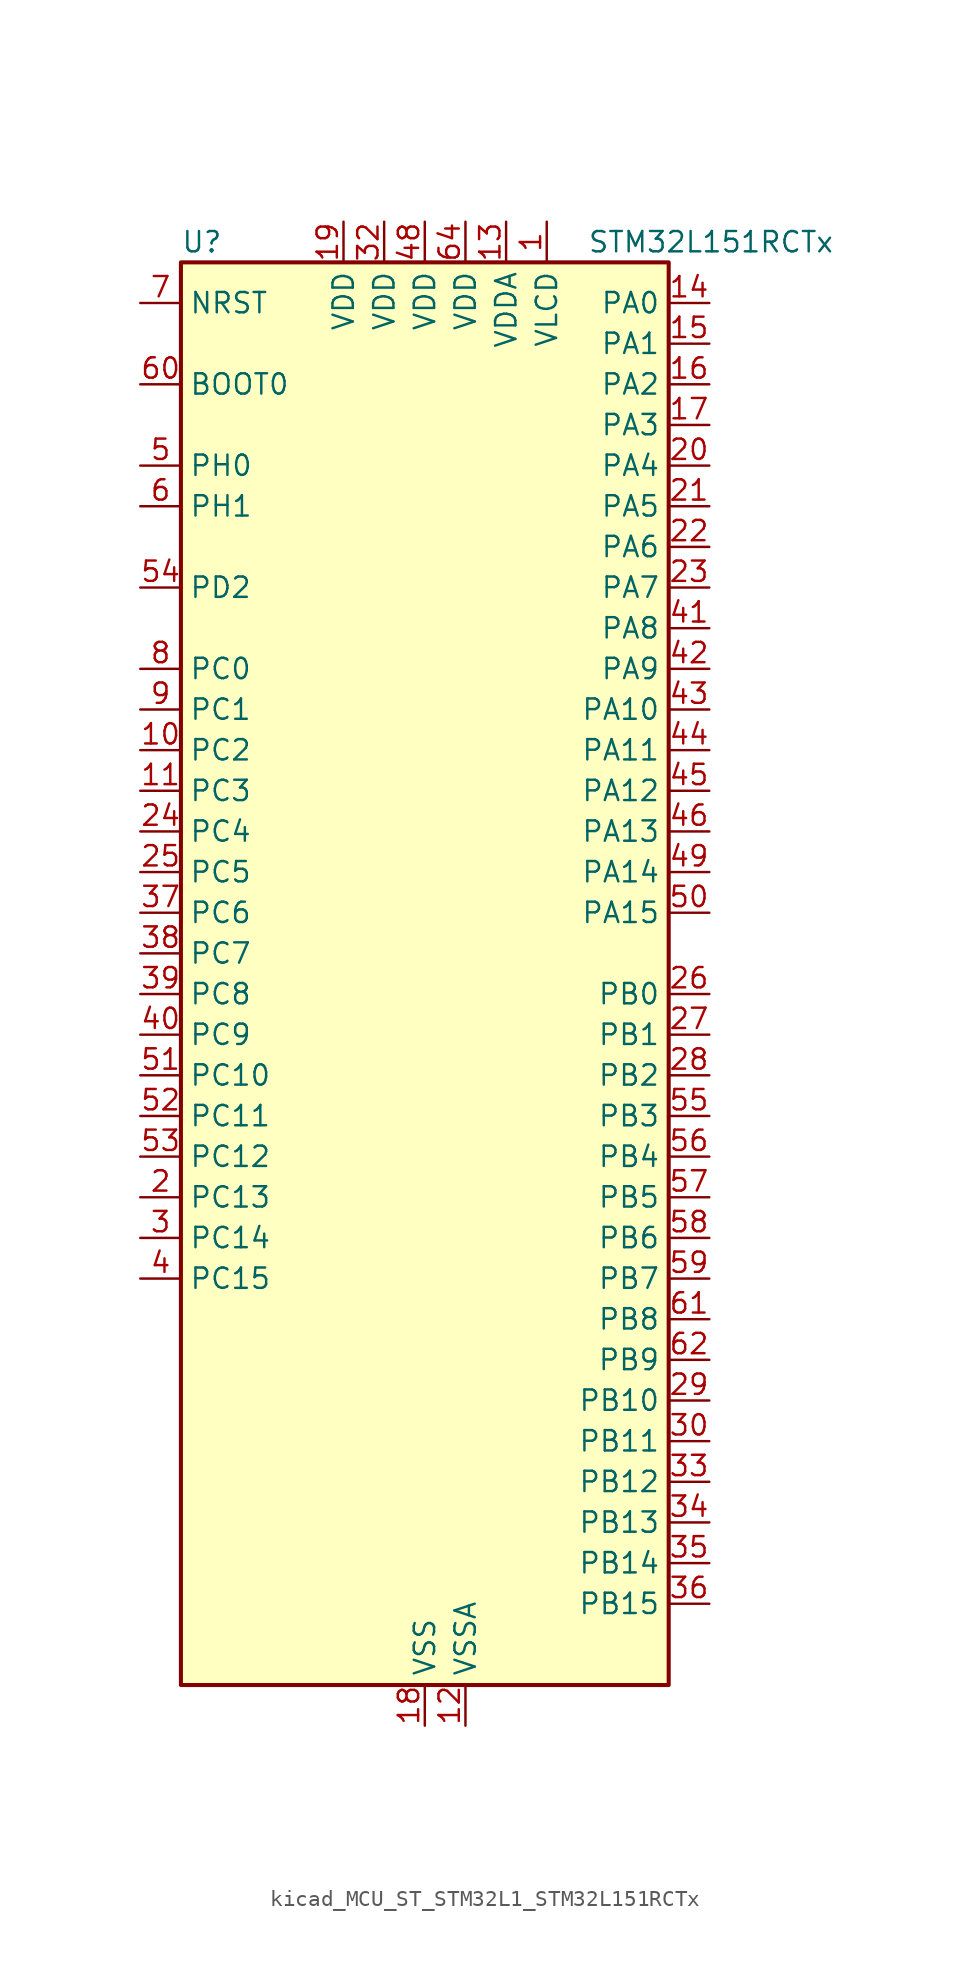
<source format=kicad_sym>
(kicad_symbol_lib
  (version 20220914)
  (generator kicad_symbol_editor)
  (symbol "kicad_MCU_ST_STM32L1_STM32L151RCTx"
    (property "Reference" "U"
      (at -15.24 46.99 0)
      (effects (font (size 1.27 1.27)) (justify left)))
    (property "Value" "STM32L151RCTx"
      (at 10.16 46.99 0)
      (effects (font (size 1.27 1.27)) (justify left)))
    (property "ki_locked" ""
      (at 0 0 0)
      (effects (font (size 1.27 1.27))))
    (symbol "kicad_MCU_ST_STM32L1_STM32L151RCTx_0_1"
      (rectangle (start -15.24 -43.18) (end 15.24 45.72) (stroke (width 0.254) (type default)) (fill (type background))))
    (symbol "kicad_MCU_ST_STM32L1_STM32L151RCTx_1_1"
      (pin power_in line (at 7.62 48.26 270) (length 2.54) (name "VLCD" (effects (font (size 1.27 1.27)))) (number "1" (effects (font (size 1.27 1.27)))))
      (pin bidirectional line (at -17.78 15.24 0) (length 2.54) (name "PC2" (effects (font (size 1.27 1.27)))) (number "10" (effects (font (size 1.27 1.27)))) (alternate "ADC_IN12" bidirectional line) (alternate "COMP1_INP" bidirectional line) (alternate "TIMX_IC3" bidirectional line) (alternate "TS_G8_IO3" bidirectional line))
      (pin bidirectional line (at -17.78 12.7 0) (length 2.54) (name "PC3" (effects (font (size 1.27 1.27)))) (number "11" (effects (font (size 1.27 1.27)))) (alternate "ADC_IN13" bidirectional line) (alternate "COMP1_INP" bidirectional line) (alternate "TIMX_IC4" bidirectional line) (alternate "TS_G8_IO4" bidirectional line))
      (pin power_in line (at 2.54 -45.72 90) (length 2.54) (name "VSSA" (effects (font (size 1.27 1.27)))) (number "12" (effects (font (size 1.27 1.27)))))
      (pin power_in line (at 5.08 48.26 270) (length 2.54) (name "VDDA" (effects (font (size 1.27 1.27)))) (number "13" (effects (font (size 1.27 1.27)))))
      (pin bidirectional line (at 17.78 43.18 180) (length 2.54) (name "PA0" (effects (font (size 1.27 1.27)))) (number "14" (effects (font (size 1.27 1.27)))) (alternate "ADC_IN0" bidirectional line) (alternate "COMP1_INP" bidirectional line) (alternate "RTC_TAMP2" bidirectional line) (alternate "SYS_WKUP1" bidirectional line) (alternate "TIM2_CH1" bidirectional line) (alternate "TIM2_ETR" bidirectional line) (alternate "TIM5_CH1" bidirectional line) (alternate "TIMX_IC1" bidirectional line) (alternate "TS_G1_IO1" bidirectional line) (alternate "USART2_CTS" bidirectional line))
      (pin bidirectional line (at 17.78 40.64 180) (length 2.54) (name "PA1" (effects (font (size 1.27 1.27)))) (number "15" (effects (font (size 1.27 1.27)))) (alternate "ADC_IN1" bidirectional line) (alternate "COMP1_INP" bidirectional line) (alternate "OPAMP1_VINP" bidirectional line) (alternate "TIM2_CH2" bidirectional line) (alternate "TIM5_CH2" bidirectional line) (alternate "TIMX_IC2" bidirectional line) (alternate "TS_G1_IO2" bidirectional line) (alternate "USART2_RTS" bidirectional line))
      (pin bidirectional line (at 17.78 38.1 180) (length 2.54) (name "PA2" (effects (font (size 1.27 1.27)))) (number "16" (effects (font (size 1.27 1.27)))) (alternate "ADC_IN2" bidirectional line) (alternate "COMP1_INP" bidirectional line) (alternate "OPAMP1_VINM" bidirectional line) (alternate "TIM2_CH3" bidirectional line) (alternate "TIM5_CH3" bidirectional line) (alternate "TIM9_CH1" bidirectional line) (alternate "TIMX_IC3" bidirectional line) (alternate "TS_G1_IO3" bidirectional line) (alternate "USART2_TX" bidirectional line))
      (pin bidirectional line (at 17.78 35.56 180) (length 2.54) (name "PA3" (effects (font (size 1.27 1.27)))) (number "17" (effects (font (size 1.27 1.27)))) (alternate "ADC_IN3" bidirectional line) (alternate "COMP1_INP" bidirectional line) (alternate "OPAMP1_VOUT" bidirectional line) (alternate "TIM2_CH4" bidirectional line) (alternate "TIM5_CH4" bidirectional line) (alternate "TIM9_CH2" bidirectional line) (alternate "TIMX_IC4" bidirectional line) (alternate "TS_G1_IO4" bidirectional line) (alternate "USART2_RX" bidirectional line))
      (pin power_in line (at 0 -45.72 90) (length 2.54) (name "VSS" (effects (font (size 1.27 1.27)))) (number "18" (effects (font (size 1.27 1.27)))))
      (pin power_in line (at -5.08 48.26 270) (length 2.54) (name "VDD" (effects (font (size 1.27 1.27)))) (number "19" (effects (font (size 1.27 1.27)))))
      (pin bidirectional line (at -17.78 -12.7 0) (length 2.54) (name "PC13" (effects (font (size 1.27 1.27)))) (number "2" (effects (font (size 1.27 1.27)))) (alternate "RTC_OUT_ALARM" bidirectional line) (alternate "RTC_OUT_CALIB" bidirectional line) (alternate "RTC_TAMP1" bidirectional line) (alternate "RTC_TS" bidirectional line) (alternate "SYS_WKUP2" bidirectional line) (alternate "TIMX_IC2" bidirectional line))
      (pin bidirectional line (at 17.78 33.02 180) (length 2.54) (name "PA4" (effects (font (size 1.27 1.27)))) (number "20" (effects (font (size 1.27 1.27)))) (alternate "ADC_IN4" bidirectional line) (alternate "COMP1_INP" bidirectional line) (alternate "DAC_OUT1" bidirectional line) (alternate "I2S3_WS" bidirectional line) (alternate "SPI1_NSS" bidirectional line) (alternate "SPI3_NSS" bidirectional line) (alternate "TIMX_IC1" bidirectional line) (alternate "USART2_CK" bidirectional line))
      (pin bidirectional line (at 17.78 30.48 180) (length 2.54) (name "PA5" (effects (font (size 1.27 1.27)))) (number "21" (effects (font (size 1.27 1.27)))) (alternate "ADC_IN5" bidirectional line) (alternate "COMP1_INP" bidirectional line) (alternate "DAC_OUT2" bidirectional line) (alternate "SPI1_SCK" bidirectional line) (alternate "TIM2_CH1" bidirectional line) (alternate "TIM2_ETR" bidirectional line) (alternate "TIMX_IC2" bidirectional line))
      (pin bidirectional line (at 17.78 27.94 180) (length 2.54) (name "PA6" (effects (font (size 1.27 1.27)))) (number "22" (effects (font (size 1.27 1.27)))) (alternate "ADC_IN6" bidirectional line) (alternate "COMP1_INP" bidirectional line) (alternate "OPAMP2_VINP" bidirectional line) (alternate "SPI1_MISO" bidirectional line) (alternate "TIM10_CH1" bidirectional line) (alternate "TIM3_CH1" bidirectional line) (alternate "TIMX_IC3" bidirectional line) (alternate "TS_G2_IO1" bidirectional line))
      (pin bidirectional line (at 17.78 25.4 180) (length 2.54) (name "PA7" (effects (font (size 1.27 1.27)))) (number "23" (effects (font (size 1.27 1.27)))) (alternate "ADC_IN7" bidirectional line) (alternate "COMP1_INP" bidirectional line) (alternate "OPAMP2_VINM" bidirectional line) (alternate "SPI1_MOSI" bidirectional line) (alternate "TIM11_CH1" bidirectional line) (alternate "TIM3_CH2" bidirectional line) (alternate "TIMX_IC4" bidirectional line) (alternate "TS_G2_IO2" bidirectional line))
      (pin bidirectional line (at -17.78 10.16 0) (length 2.54) (name "PC4" (effects (font (size 1.27 1.27)))) (number "24" (effects (font (size 1.27 1.27)))) (alternate "ADC_IN14" bidirectional line) (alternate "COMP1_INP" bidirectional line) (alternate "TIMX_IC1" bidirectional line) (alternate "TS_G9_IO1" bidirectional line))
      (pin bidirectional line (at -17.78 7.62 0) (length 2.54) (name "PC5" (effects (font (size 1.27 1.27)))) (number "25" (effects (font (size 1.27 1.27)))) (alternate "ADC_IN15" bidirectional line) (alternate "COMP1_INP" bidirectional line) (alternate "TIMX_IC2" bidirectional line) (alternate "TS_G9_IO2" bidirectional line))
      (pin bidirectional line (at 17.78 0 180) (length 2.54) (name "PB0" (effects (font (size 1.27 1.27)))) (number "26" (effects (font (size 1.27 1.27)))) (alternate "ADC_IN8" bidirectional line) (alternate "COMP1_INP" bidirectional line) (alternate "OPAMP2_VOUT" bidirectional line) (alternate "SYS_V_REF_OUT" bidirectional line) (alternate "TIM3_CH3" bidirectional line) (alternate "TS_G3_IO1" bidirectional line))
      (pin bidirectional line (at 17.78 -2.54 180) (length 2.54) (name "PB1" (effects (font (size 1.27 1.27)))) (number "27" (effects (font (size 1.27 1.27)))) (alternate "ADC_IN9" bidirectional line) (alternate "COMP1_INP" bidirectional line) (alternate "SYS_V_REF_OUT" bidirectional line) (alternate "TIM3_CH4" bidirectional line) (alternate "TS_G3_IO2" bidirectional line))
      (pin bidirectional line (at 17.78 -5.08 180) (length 2.54) (name "PB2" (effects (font (size 1.27 1.27)))) (number "28" (effects (font (size 1.27 1.27)))) (alternate "TS_G3_IO3" bidirectional line))
      (pin bidirectional line (at 17.78 -25.4 180) (length 2.54) (name "PB10" (effects (font (size 1.27 1.27)))) (number "29" (effects (font (size 1.27 1.27)))) (alternate "I2C2_SCL" bidirectional line) (alternate "TIM2_CH3" bidirectional line) (alternate "USART3_TX" bidirectional line))
      (pin bidirectional line (at -17.78 -15.24 0) (length 2.54) (name "PC14" (effects (font (size 1.27 1.27)))) (number "3" (effects (font (size 1.27 1.27)))) (alternate "RCC_OSC32_IN" bidirectional line) (alternate "TIMX_IC3" bidirectional line))
      (pin bidirectional line (at 17.78 -27.94 180) (length 2.54) (name "PB11" (effects (font (size 1.27 1.27)))) (number "30" (effects (font (size 1.27 1.27)))) (alternate "ADC_EXTI11" bidirectional line) (alternate "I2C2_SDA" bidirectional line) (alternate "TIM2_CH4" bidirectional line) (alternate "USART3_RX" bidirectional line))
      (pin passive line (at 0 -45.72 90) (length 2.54) hide (name "VSS" (effects (font (size 1.27 1.27)))) (number "31" (effects (font (size 1.27 1.27)))))
      (pin power_in line (at -2.54 48.26 270) (length 2.54) (name "VDD" (effects (font (size 1.27 1.27)))) (number "32" (effects (font (size 1.27 1.27)))))
      (pin bidirectional line (at 17.78 -30.48 180) (length 2.54) (name "PB12" (effects (font (size 1.27 1.27)))) (number "33" (effects (font (size 1.27 1.27)))) (alternate "ADC_IN18" bidirectional line) (alternate "COMP1_INP" bidirectional line) (alternate "I2C2_SMBA" bidirectional line) (alternate "I2S2_WS" bidirectional line) (alternate "SPI2_NSS" bidirectional line) (alternate "TIM10_CH1" bidirectional line) (alternate "TS_G7_IO1" bidirectional line) (alternate "USART3_CK" bidirectional line))
      (pin bidirectional line (at 17.78 -33.02 180) (length 2.54) (name "PB13" (effects (font (size 1.27 1.27)))) (number "34" (effects (font (size 1.27 1.27)))) (alternate "ADC_IN19" bidirectional line) (alternate "COMP1_INP" bidirectional line) (alternate "I2S2_CK" bidirectional line) (alternate "SPI2_SCK" bidirectional line) (alternate "TIM9_CH1" bidirectional line) (alternate "TS_G7_IO2" bidirectional line) (alternate "USART3_CTS" bidirectional line))
      (pin bidirectional line (at 17.78 -35.56 180) (length 2.54) (name "PB14" (effects (font (size 1.27 1.27)))) (number "35" (effects (font (size 1.27 1.27)))) (alternate "ADC_IN20" bidirectional line) (alternate "COMP1_INP" bidirectional line) (alternate "SPI2_MISO" bidirectional line) (alternate "TIM9_CH2" bidirectional line) (alternate "TS_G7_IO3" bidirectional line) (alternate "USART3_RTS" bidirectional line))
      (pin bidirectional line (at 17.78 -38.1 180) (length 2.54) (name "PB15" (effects (font (size 1.27 1.27)))) (number "36" (effects (font (size 1.27 1.27)))) (alternate "ADC_EXTI15" bidirectional line) (alternate "ADC_IN21" bidirectional line) (alternate "COMP1_INP" bidirectional line) (alternate "I2S2_SD" bidirectional line) (alternate "RTC_REFIN" bidirectional line) (alternate "SPI2_MOSI" bidirectional line) (alternate "TIM11_CH1" bidirectional line) (alternate "TS_G7_IO4" bidirectional line))
      (pin bidirectional line (at -17.78 5.08 0) (length 2.54) (name "PC6" (effects (font (size 1.27 1.27)))) (number "37" (effects (font (size 1.27 1.27)))) (alternate "I2S2_MCK" bidirectional line) (alternate "TIM3_CH1" bidirectional line) (alternate "TIMX_IC3" bidirectional line) (alternate "TS_G10_IO1" bidirectional line))
      (pin bidirectional line (at -17.78 2.54 0) (length 2.54) (name "PC7" (effects (font (size 1.27 1.27)))) (number "38" (effects (font (size 1.27 1.27)))) (alternate "I2S3_MCK" bidirectional line) (alternate "TIM3_CH2" bidirectional line) (alternate "TIMX_IC4" bidirectional line) (alternate "TS_G10_IO2" bidirectional line))
      (pin bidirectional line (at -17.78 0 0) (length 2.54) (name "PC8" (effects (font (size 1.27 1.27)))) (number "39" (effects (font (size 1.27 1.27)))) (alternate "TIM3_CH3" bidirectional line) (alternate "TIMX_IC1" bidirectional line) (alternate "TS_G10_IO3" bidirectional line))
      (pin bidirectional line (at -17.78 -17.78 0) (length 2.54) (name "PC15" (effects (font (size 1.27 1.27)))) (number "4" (effects (font (size 1.27 1.27)))) (alternate "ADC_EXTI15" bidirectional line) (alternate "RCC_OSC32_OUT" bidirectional line) (alternate "TIMX_IC4" bidirectional line))
      (pin bidirectional line (at -17.78 -2.54 0) (length 2.54) (name "PC9" (effects (font (size 1.27 1.27)))) (number "40" (effects (font (size 1.27 1.27)))) (alternate "DAC_EXTI9" bidirectional line) (alternate "TIM3_CH4" bidirectional line) (alternate "TIMX_IC2" bidirectional line) (alternate "TS_G10_IO4" bidirectional line))
      (pin bidirectional line (at 17.78 22.86 180) (length 2.54) (name "PA8" (effects (font (size 1.27 1.27)))) (number "41" (effects (font (size 1.27 1.27)))) (alternate "RCC_MCO" bidirectional line) (alternate "TIMX_IC1" bidirectional line) (alternate "TS_G4_IO1" bidirectional line) (alternate "USART1_CK" bidirectional line))
      (pin bidirectional line (at 17.78 20.32 180) (length 2.54) (name "PA9" (effects (font (size 1.27 1.27)))) (number "42" (effects (font (size 1.27 1.27)))) (alternate "DAC_EXTI9" bidirectional line) (alternate "TIMX_IC2" bidirectional line) (alternate "TS_G4_IO2" bidirectional line) (alternate "USART1_TX" bidirectional line))
      (pin bidirectional line (at 17.78 17.78 180) (length 2.54) (name "PA10" (effects (font (size 1.27 1.27)))) (number "43" (effects (font (size 1.27 1.27)))) (alternate "TIMX_IC3" bidirectional line) (alternate "TS_G4_IO3" bidirectional line) (alternate "USART1_RX" bidirectional line))
      (pin bidirectional line (at 17.78 15.24 180) (length 2.54) (name "PA11" (effects (font (size 1.27 1.27)))) (number "44" (effects (font (size 1.27 1.27)))) (alternate "ADC_EXTI11" bidirectional line) (alternate "SPI1_MISO" bidirectional line) (alternate "TIMX_IC4" bidirectional line) (alternate "USART1_CTS" bidirectional line) (alternate "USB_DM" bidirectional line))
      (pin bidirectional line (at 17.78 12.7 180) (length 2.54) (name "PA12" (effects (font (size 1.27 1.27)))) (number "45" (effects (font (size 1.27 1.27)))) (alternate "SPI1_MOSI" bidirectional line) (alternate "TIMX_IC1" bidirectional line) (alternate "USART1_RTS" bidirectional line) (alternate "USB_DP" bidirectional line))
      (pin bidirectional line (at 17.78 10.16 180) (length 2.54) (name "PA13" (effects (font (size 1.27 1.27)))) (number "46" (effects (font (size 1.27 1.27)))) (alternate "SYS_JTMS-SWDIO" bidirectional line) (alternate "TIMX_IC2" bidirectional line) (alternate "TS_G5_IO1" bidirectional line))
      (pin passive line (at 0 -45.72 90) (length 2.54) hide (name "VSS" (effects (font (size 1.27 1.27)))) (number "47" (effects (font (size 1.27 1.27)))))
      (pin power_in line (at 0 48.26 270) (length 2.54) (name "VDD" (effects (font (size 1.27 1.27)))) (number "48" (effects (font (size 1.27 1.27)))))
      (pin bidirectional line (at 17.78 7.62 180) (length 2.54) (name "PA14" (effects (font (size 1.27 1.27)))) (number "49" (effects (font (size 1.27 1.27)))) (alternate "SYS_JTCK-SWCLK" bidirectional line) (alternate "TIMX_IC3" bidirectional line) (alternate "TS_G5_IO2" bidirectional line))
      (pin bidirectional line (at -17.78 33.02 0) (length 2.54) (name "PH0" (effects (font (size 1.27 1.27)))) (number "5" (effects (font (size 1.27 1.27)))) (alternate "RCC_OSC_IN" bidirectional line))
      (pin bidirectional line (at 17.78 5.08 180) (length 2.54) (name "PA15" (effects (font (size 1.27 1.27)))) (number "50" (effects (font (size 1.27 1.27)))) (alternate "ADC_EXTI15" bidirectional line) (alternate "I2S3_WS" bidirectional line) (alternate "SPI1_NSS" bidirectional line) (alternate "SPI3_NSS" bidirectional line) (alternate "SYS_JTDI" bidirectional line) (alternate "TIM2_CH1" bidirectional line) (alternate "TIM2_ETR" bidirectional line) (alternate "TIMX_IC4" bidirectional line) (alternate "TS_G5_IO3" bidirectional line))
      (pin bidirectional line (at -17.78 -5.08 0) (length 2.54) (name "PC10" (effects (font (size 1.27 1.27)))) (number "51" (effects (font (size 1.27 1.27)))) (alternate "I2S3_CK" bidirectional line) (alternate "SPI3_SCK" bidirectional line) (alternate "TIMX_IC3" bidirectional line) (alternate "USART3_TX" bidirectional line))
      (pin bidirectional line (at -17.78 -7.62 0) (length 2.54) (name "PC11" (effects (font (size 1.27 1.27)))) (number "52" (effects (font (size 1.27 1.27)))) (alternate "ADC_EXTI11" bidirectional line) (alternate "SPI3_MISO" bidirectional line) (alternate "TIMX_IC4" bidirectional line) (alternate "USART3_RX" bidirectional line))
      (pin bidirectional line (at -17.78 -10.16 0) (length 2.54) (name "PC12" (effects (font (size 1.27 1.27)))) (number "53" (effects (font (size 1.27 1.27)))) (alternate "I2S3_SD" bidirectional line) (alternate "SPI3_MOSI" bidirectional line) (alternate "TIMX_IC1" bidirectional line) (alternate "USART3_CK" bidirectional line))
      (pin bidirectional line (at -17.78 25.4 0) (length 2.54) (name "PD2" (effects (font (size 1.27 1.27)))) (number "54" (effects (font (size 1.27 1.27)))) (alternate "TIM3_ETR" bidirectional line) (alternate "TIMX_IC3" bidirectional line))
      (pin bidirectional line (at 17.78 -7.62 180) (length 2.54) (name "PB3" (effects (font (size 1.27 1.27)))) (number "55" (effects (font (size 1.27 1.27)))) (alternate "COMP2_INM" bidirectional line) (alternate "I2S3_CK" bidirectional line) (alternate "SPI1_SCK" bidirectional line) (alternate "SPI3_SCK" bidirectional line) (alternate "SYS_JTDO-TRACESWO" bidirectional line) (alternate "TIM2_CH2" bidirectional line))
      (pin bidirectional line (at 17.78 -10.16 180) (length 2.54) (name "PB4" (effects (font (size 1.27 1.27)))) (number "56" (effects (font (size 1.27 1.27)))) (alternate "COMP2_INP" bidirectional line) (alternate "SPI1_MISO" bidirectional line) (alternate "SPI3_MISO" bidirectional line) (alternate "SYS_JTRST" bidirectional line) (alternate "TIM3_CH1" bidirectional line) (alternate "TS_G6_IO1" bidirectional line))
      (pin bidirectional line (at 17.78 -12.7 180) (length 2.54) (name "PB5" (effects (font (size 1.27 1.27)))) (number "57" (effects (font (size 1.27 1.27)))) (alternate "COMP2_INP" bidirectional line) (alternate "I2C1_SMBA" bidirectional line) (alternate "I2S3_SD" bidirectional line) (alternate "SPI1_MOSI" bidirectional line) (alternate "SPI3_MOSI" bidirectional line) (alternate "TIM3_CH2" bidirectional line) (alternate "TS_G6_IO2" bidirectional line))
      (pin bidirectional line (at 17.78 -15.24 180) (length 2.54) (name "PB6" (effects (font (size 1.27 1.27)))) (number "58" (effects (font (size 1.27 1.27)))) (alternate "COMP2_INP" bidirectional line) (alternate "I2C1_SCL" bidirectional line) (alternate "TIM4_CH1" bidirectional line) (alternate "TS_G6_IO3" bidirectional line) (alternate "USART1_TX" bidirectional line))
      (pin bidirectional line (at 17.78 -17.78 180) (length 2.54) (name "PB7" (effects (font (size 1.27 1.27)))) (number "59" (effects (font (size 1.27 1.27)))) (alternate "COMP2_INP" bidirectional line) (alternate "I2C1_SDA" bidirectional line) (alternate "SYS_PVD_IN" bidirectional line) (alternate "TIM4_CH2" bidirectional line) (alternate "TS_G6_IO4" bidirectional line) (alternate "USART1_RX" bidirectional line))
      (pin bidirectional line (at -17.78 30.48 0) (length 2.54) (name "PH1" (effects (font (size 1.27 1.27)))) (number "6" (effects (font (size 1.27 1.27)))) (alternate "RCC_OSC_OUT" bidirectional line))
      (pin input line (at -17.78 38.1 0) (length 2.54) (name "BOOT0" (effects (font (size 1.27 1.27)))) (number "60" (effects (font (size 1.27 1.27)))))
      (pin bidirectional line (at 17.78 -20.32 180) (length 2.54) (name "PB8" (effects (font (size 1.27 1.27)))) (number "61" (effects (font (size 1.27 1.27)))) (alternate "I2C1_SCL" bidirectional line) (alternate "TIM10_CH1" bidirectional line) (alternate "TIM4_CH3" bidirectional line))
      (pin bidirectional line (at 17.78 -22.86 180) (length 2.54) (name "PB9" (effects (font (size 1.27 1.27)))) (number "62" (effects (font (size 1.27 1.27)))) (alternate "DAC_EXTI9" bidirectional line) (alternate "I2C1_SDA" bidirectional line) (alternate "TIM11_CH1" bidirectional line) (alternate "TIM4_CH4" bidirectional line))
      (pin passive line (at 0 -45.72 90) (length 2.54) hide (name "VSS" (effects (font (size 1.27 1.27)))) (number "63" (effects (font (size 1.27 1.27)))))
      (pin power_in line (at 2.54 48.26 270) (length 2.54) (name "VDD" (effects (font (size 1.27 1.27)))) (number "64" (effects (font (size 1.27 1.27)))))
      (pin input line (at -17.78 43.18 0) (length 2.54) (name "NRST" (effects (font (size 1.27 1.27)))) (number "7" (effects (font (size 1.27 1.27)))))
      (pin bidirectional line (at -17.78 20.32 0) (length 2.54) (name "PC0" (effects (font (size 1.27 1.27)))) (number "8" (effects (font (size 1.27 1.27)))) (alternate "ADC_IN10" bidirectional line) (alternate "COMP1_INP" bidirectional line) (alternate "TIMX_IC1" bidirectional line) (alternate "TS_G8_IO1" bidirectional line))
      (pin bidirectional line (at -17.78 17.78 0) (length 2.54) (name "PC1" (effects (font (size 1.27 1.27)))) (number "9" (effects (font (size 1.27 1.27)))) (alternate "ADC_IN11" bidirectional line) (alternate "COMP1_INP" bidirectional line) (alternate "TIMX_IC2" bidirectional line) (alternate "TS_G8_IO2" bidirectional line)))))
</source>
